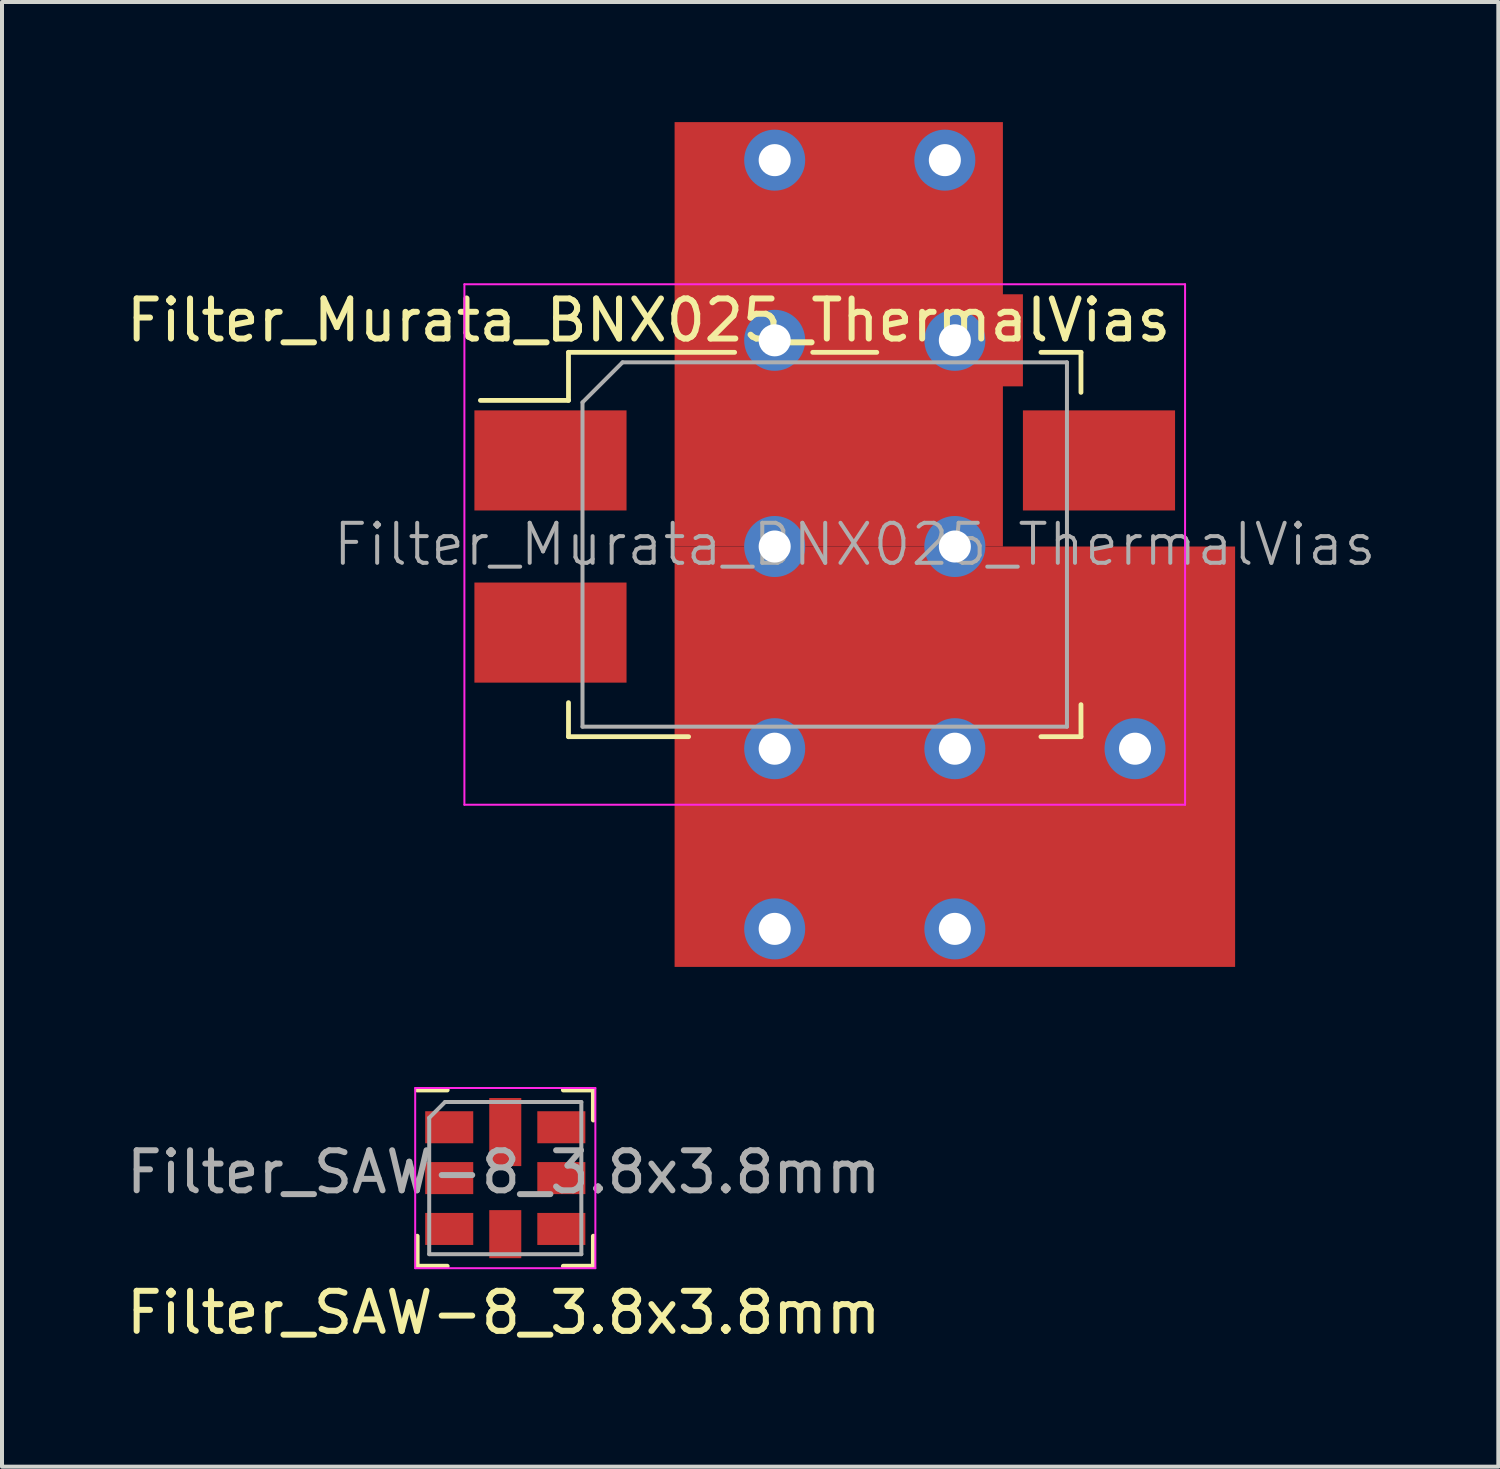
<source format=kicad_pcb>
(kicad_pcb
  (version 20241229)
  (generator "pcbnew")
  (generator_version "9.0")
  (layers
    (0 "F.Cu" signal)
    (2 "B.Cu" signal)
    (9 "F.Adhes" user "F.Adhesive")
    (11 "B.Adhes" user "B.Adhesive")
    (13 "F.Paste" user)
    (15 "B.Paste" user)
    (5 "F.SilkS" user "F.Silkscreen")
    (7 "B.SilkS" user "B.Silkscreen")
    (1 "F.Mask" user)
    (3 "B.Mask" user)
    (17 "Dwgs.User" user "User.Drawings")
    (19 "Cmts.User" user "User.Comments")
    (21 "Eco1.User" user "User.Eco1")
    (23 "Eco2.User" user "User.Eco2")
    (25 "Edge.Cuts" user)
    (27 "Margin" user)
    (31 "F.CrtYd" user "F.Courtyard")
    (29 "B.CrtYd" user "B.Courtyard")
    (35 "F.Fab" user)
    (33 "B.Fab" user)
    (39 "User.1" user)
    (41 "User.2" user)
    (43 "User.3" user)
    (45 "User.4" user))
  (footprint "Filter_SAW-8_3.8x3.8mm"
    (layer "F.Cu")
    (at 9.57 26.375)
    (property "Reference" "Filter_SAW-8_3.8x3.8mm" (at -0.04 3.36 0) (layer "F.SilkS") (effects (font (size 1 1) (thickness 0.15))))
    (attr smd)
    (fp_line (start -2.2 -2.2) (end -1.45 -2.2) (stroke (width 0.12) (type solid)) (layer "F.SilkS"))
    (fp_line (start -2.2 2.2) (end -2.2 1.45) (stroke (width 0.12) (type solid)) (layer "F.SilkS"))
    (fp_line (start -1.45 2.2) (end -2.2 2.2) (stroke (width 0.12) (type solid)) (layer "F.SilkS"))
    (fp_line (start 1.45 -2.2) (end 2.2 -2.2) (stroke (width 0.12) (type solid)) (layer "F.SilkS"))
    (fp_line (start 2.2 -2.2) (end 2.2 -1.45) (stroke (width 0.12) (type solid)) (layer "F.SilkS"))
    (fp_line (start 2.2 1.45) (end 2.2 2.2) (stroke (width 0.12) (type solid)) (layer "F.SilkS"))
    (fp_line (start 2.2 2.2) (end 1.45 2.2) (stroke (width 0.12) (type solid)) (layer "F.SilkS"))
    (fp_line (start -2.25 -2.25) (end 2.25 -2.25) (stroke (width 0.05) (type solid)) (layer "F.CrtYd"))
    (fp_line (start -2.25 2.25) (end -2.25 -2.25) (stroke (width 0.05) (type solid)) (layer "F.CrtYd"))
    (fp_line (start 2.25 -2.25) (end 2.25 2.25) (stroke (width 0.05) (type solid)) (layer "F.CrtYd"))
    (fp_line (start 2.25 2.25) (end -2.25 2.25) (stroke (width 0.05) (type solid)) (layer "F.CrtYd"))
    (fp_line (start -1.9 1.9) (end -1.9 -1.505) (stroke (width 0.1) (type solid)) (layer "F.Fab"))
    (fp_line (start -1.505 -1.9) (end -1.9 -1.505) (stroke (width 0.1) (type solid)) (layer "F.Fab"))
    (fp_line (start -1.505 -1.9) (end 1.9 -1.9) (stroke (width 0.1) (type solid)) (layer "F.Fab"))
    (fp_line (start 1.9 -1.9) (end 1.9 1.9) (stroke (width 0.1) (type solid)) (layer "F.Fab"))
    (fp_line (start 1.9 1.9) (end -1.9 1.9) (stroke (width 0.1) (type solid)) (layer "F.Fab"))
    (fp_text user "${REFERENCE}" (at -0.04 -0.15 0) (layer "F.Fab") (effects (font (size 1 1) (thickness 0.15))))
    (pad "1" smd rect (at -1.4 -1.27 270) (size 0.8 1.2) (layers "F.Cu" "F.Mask" "F.Paste"))
    (pad "2" smd rect (at -1.4 0 270) (size 0.8 1.2) (layers "F.Cu" "F.Mask" "F.Paste"))
    (pad "3" smd rect (at -1.4 1.27 270) (size 0.8 1.2) (layers "F.Cu" "F.Mask" "F.Paste"))
    (pad "4" smd rect (at 0 1.4 270) (size 1.2 0.8) (layers "F.Cu" "F.Mask" "F.Paste"))
    (pad "5" smd rect (at 1.4 1.27 270) (size 0.8 1.2) (layers "F.Cu" "F.Mask" "F.Paste"))
    (pad "6" smd rect (at 1.4 0 270) (size 0.8 1.2) (layers "F.Cu" "F.Mask" "F.Paste"))
    (pad "7" smd rect (at 1.4 -1.27 270) (size 0.8 1.2) (layers "F.Cu" "F.Mask" "F.Paste"))
    (pad "8" smd rect (at 0 -1.15 270) (size 1.7 0.8) (layers "F.Cu" "F.Mask" "F.Paste")))
  (footprint "Filter_Murata_BNX025_ThermalVias"
    (layer "F.Cu")
    (at 17.549 10.6)
    (property "Reference" "Filter_Murata_BNX025_ThermalVias" (at -4.4 -5.65 180) (layer "F.SilkS") (effects (font (size 1 1) (thickness 0.15))))
    (attr smd)
    (fp_line (start -6.4 -3.65) (end -8.6 -3.65) (stroke (width 0.12) (type solid)) (layer "F.SilkS"))
    (fp_line (start -6.4 -3.65) (end -6.4 -4.85) (stroke (width 0.12) (type solid)) (layer "F.SilkS"))
    (fp_line (start -6.4 4.75) (end -6.4 3.9) (stroke (width 0.12) (type solid)) (layer "F.SilkS"))
    (fp_line (start -3.4 4.75) (end -6.4 4.75) (stroke (width 0.12) (type solid)) (layer "F.SilkS"))
    (fp_line (start -2.25 -4.85) (end -6.4 -4.85) (stroke (width 0.12) (type solid)) (layer "F.SilkS"))
    (fp_line (start 1.3 -4.85) (end -0.3 -4.85) (stroke (width 0.12) (type solid)) (layer "F.SilkS"))
    (fp_line (start 5.4 4.75) (end 6.4 4.75) (stroke (width 0.12) (type solid)) (layer "F.SilkS"))
    (fp_line (start 6.4 -4.85) (end 5.4 -4.85) (stroke (width 0.12) (type solid)) (layer "F.SilkS"))
    (fp_line (start 6.4 -3.85) (end 6.4 -4.85) (stroke (width 0.12) (type solid)) (layer "F.SilkS"))
    (fp_line (start 6.4 4.75) (end 6.4 3.95) (stroke (width 0.12) (type solid)) (layer "F.SilkS"))
    (fp_line (start -9 -6.55) (end -9 6.45) (stroke (width 0.05) (type solid)) (layer "F.CrtYd"))
    (fp_line (start -9 -6.55) (end 9 -6.55) (stroke (width 0.05) (type solid)) (layer "F.CrtYd"))
    (fp_line (start 9 6.45) (end -9 6.45) (stroke (width 0.05) (type solid)) (layer "F.CrtYd"))
    (fp_line (start 9 6.45) (end 9 -6.55) (stroke (width 0.05) (type solid)) (layer "F.CrtYd"))
    (fp_line (start -6.05 4.5) (end -6.05 -3.6) (stroke (width 0.1) (type solid)) (layer "F.Fab"))
    (fp_line (start -5.05 -4.6) (end -6.05 -3.6) (stroke (width 0.1) (type solid)) (layer "F.Fab"))
    (fp_line (start -5.05 -4.6) (end 6.05 -4.6) (stroke (width 0.1) (type solid)) (layer "F.Fab"))
    (fp_line (start 6.05 -4.6) (end 6.05 4.5) (stroke (width 0.1) (type solid)) (layer "F.Fab"))
    (fp_line (start 6.05 4.5) (end -6.05 4.5) (stroke (width 0.1) (type solid)) (layer "F.Fab"))
    (fp_text user "${REFERENCE}" (at 0.75 -0.05 0) (layer "F.Fab") (effects (font (size 1 1) (thickness 0.1))))
    (pad "1" smd rect (at -6.85 -2.15) (size 3.8 2.5) (layers "F.Cu" "F.Mask" "F.Paste"))
    (pad "2" smd rect (at 6.85 -2.15) (size 3.8 2.5) (layers "F.Cu" "F.Mask" "F.Paste"))
    (pad "3" smd rect (at -6.85 2.15) (size 3.8 2.5) (layers "F.Cu" "F.Mask" "F.Paste"))
    (pad "4" thru_hole circle (at -1.25 -9.65) (size 1.524 1.524) (drill 0.8) (layers "*.Cu"))
    (pad "4" thru_hole circle (at -1.25 -5.15) (size 1.524 1.524) (drill 0.8) (layers "*.Cu"))
    (pad "4" thru_hole circle (at -1.25 0) (size 1.524 1.524) (drill 0.8) (layers "*.Cu"))
    (pad "4" thru_hole circle (at -1.25 5.05) (size 1.524 1.524) (drill 0.8) (layers "*.Cu"))
    (pad "4" thru_hole circle (at -1.25 9.55) (size 1.524 1.524) (drill 0.8) (layers "*.Cu"))
    (pad "4" smd rect (at 0.35 -5.3) (size 8.2 10.6) (layers "F.Cu"))
    (pad "4" smd rect (at 1 5.05) (size 7.9 2.3) (layers "F.Cu" "F.Mask" "F.Paste"))
    (pad "4" thru_hole circle (at 3 -9.65) (size 1.524 1.524) (drill 0.8) (layers "*.Cu"))
    (pad "4" thru_hole circle (at 3.25 -5.15) (size 1.524 1.524) (drill 0.8) (layers "*.Cu"))
    (pad "4" smd rect (at 3.25 -5.15) (size 3.4 2.3) (layers "F.Cu" "F.Mask" "F.Paste"))
    (pad "4" thru_hole circle (at 3.25 0) (size 1.524 1.524) (drill 0.8) (layers "*.Cu"))
    (pad "4" thru_hole circle (at 3.25 5.05) (size 1.524 1.524) (drill 0.8) (layers "*.Cu"))
    (pad "4" smd rect (at 3.25 5.25) (size 14 10.5) (layers "F.Cu"))
    (pad "4" thru_hole circle (at 3.25 9.55) (size 1.524 1.524) (drill 0.8) (layers "*.Cu"))
    (pad "4" smd rect (at 6.85 2.15) (size 3.8 2.5) (layers "F.Cu" "F.Mask" "F.Paste"))
    (pad "4" thru_hole circle (at 7.75 5.05) (size 1.524 1.524) (drill 0.8) (layers "*.Cu")))
  (gr_rect
    (start -3 -3)
    (end 34.373 33.583)
    (stroke (width 0.1) (type default))
    (fill no)
    (layer "Edge.Cuts")))
</source>
